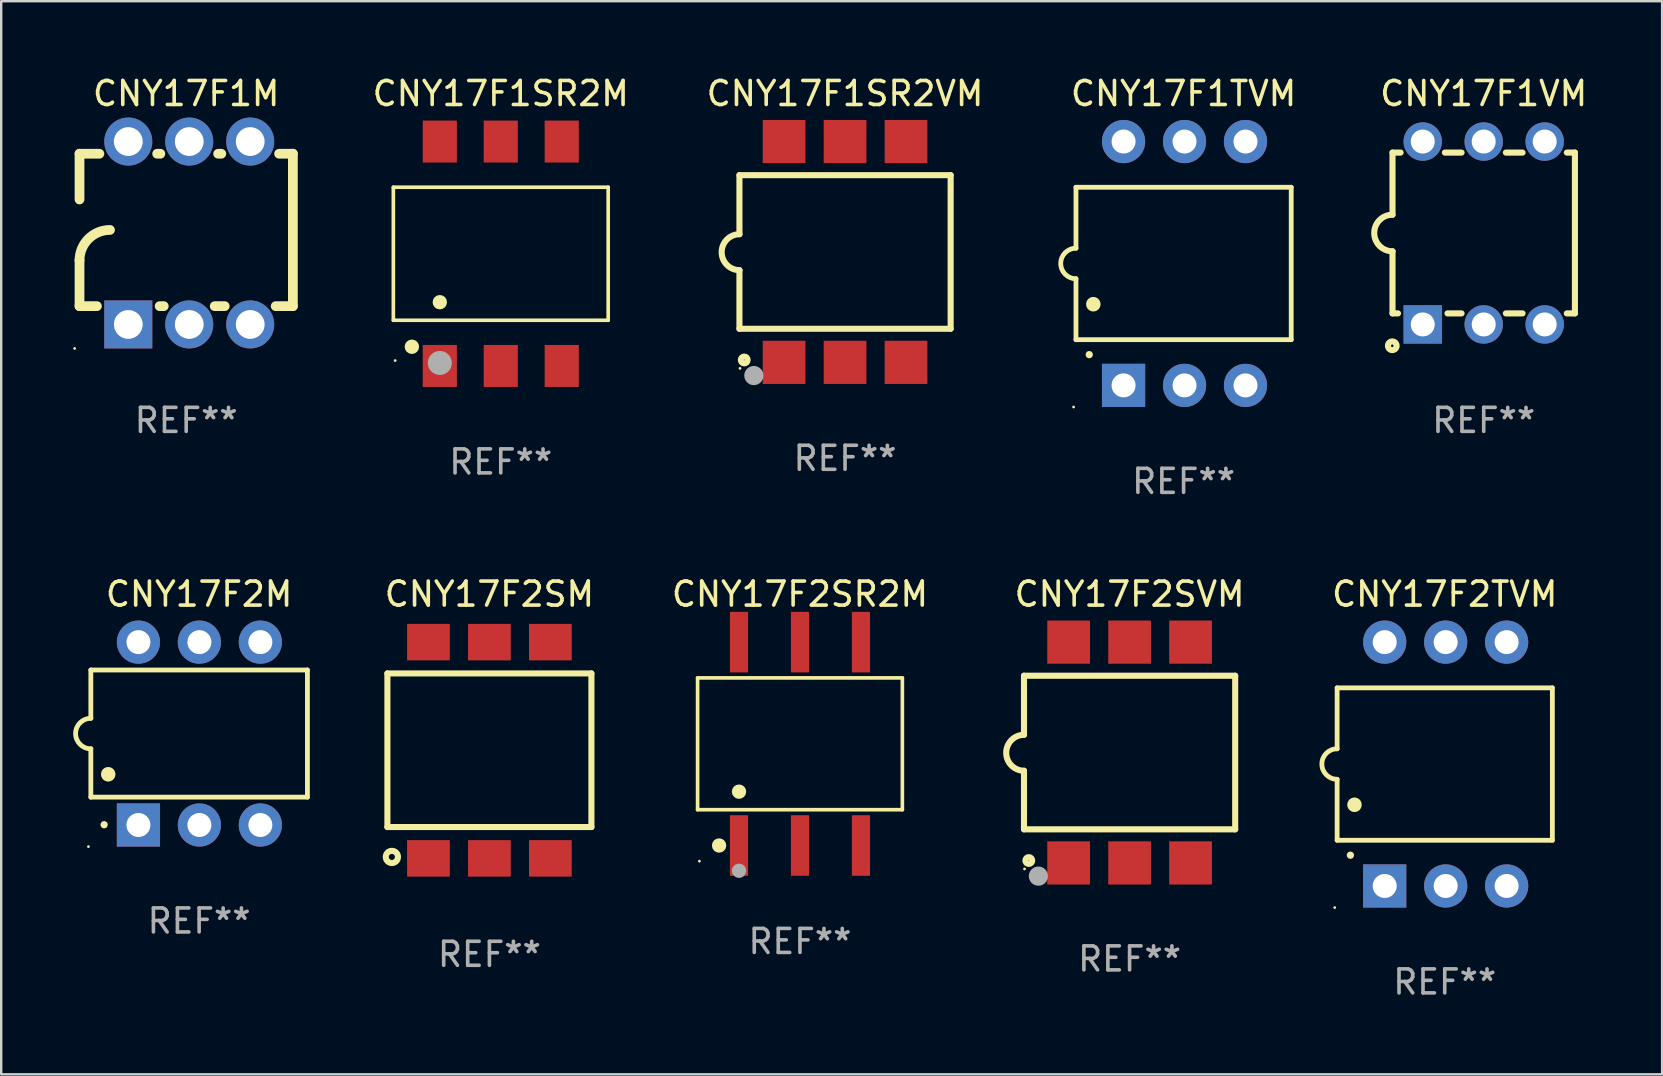
<source format=kicad_pcb>
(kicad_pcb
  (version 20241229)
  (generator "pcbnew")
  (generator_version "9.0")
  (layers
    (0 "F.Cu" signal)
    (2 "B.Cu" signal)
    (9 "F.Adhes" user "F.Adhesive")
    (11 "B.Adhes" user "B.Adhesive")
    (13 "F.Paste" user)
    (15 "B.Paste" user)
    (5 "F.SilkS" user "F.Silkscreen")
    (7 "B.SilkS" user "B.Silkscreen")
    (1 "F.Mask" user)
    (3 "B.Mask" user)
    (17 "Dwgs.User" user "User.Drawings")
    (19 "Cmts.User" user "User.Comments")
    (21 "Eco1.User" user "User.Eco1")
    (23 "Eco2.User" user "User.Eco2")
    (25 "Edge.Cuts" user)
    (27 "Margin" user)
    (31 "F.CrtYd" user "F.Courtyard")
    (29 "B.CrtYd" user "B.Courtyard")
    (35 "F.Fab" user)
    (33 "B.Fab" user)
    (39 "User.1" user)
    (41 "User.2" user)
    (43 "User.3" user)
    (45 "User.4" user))
  (footprint "CNY17F2SM"
    (layer "F.Cu")
    (at 17.342 28.21)
    (property "Reference" "CNY17F2SM" (at 0 -6.505 0) (layer "F.SilkS") (effects (font (size 1 1) (thickness 0.15))))
    (attr through_hole)
    (fp_line (start -4.25 3.2) (end -4.25 -3.2) (stroke (width 0.254) (type solid)) (layer "F.SilkS"))
    (fp_line (start -4.25 -3.2) (end 4.25 -3.2) (stroke (width 0.254) (type solid)) (layer "F.SilkS"))
    (fp_line (start 4.25 3.2) (end -4.25 3.2) (stroke (width 0.254) (type solid)) (layer "F.SilkS"))
    (fp_line (start 4.25 3.2) (end 4.25 -3.2) (stroke (width 0.254) (type solid)) (layer "F.SilkS"))
    (fp_circle (center -4.064 4.445) (end -3.81 4.445) (stroke (width 0.254) (type solid)) (fill no) (layer "F.SilkS"))
    (fp_text user "REF**" (at 0 8.505 0) (layer "F.Fab") (effects (font (size 1 1) (thickness 0.15))))
    (pad "1" smd rect (at -2.54 4.505) (size 1.78 1.52) (layers "F.Cu" "F.Mask" "F.Paste"))
    (pad "2" smd rect (at 0 4.505) (size 1.78 1.52) (layers "F.Cu" "F.Mask" "F.Paste"))
    (pad "3" smd rect (at 2.54 4.505) (size 1.78 1.52) (layers "F.Cu" "F.Mask" "F.Paste"))
    (pad "4" smd rect (at 2.54 -4.505) (size 1.78 1.52) (layers "F.Cu" "F.Mask" "F.Paste"))
    (pad "5" smd rect (at 0 -4.505) (size 1.78 1.52) (layers "F.Cu" "F.Mask" "F.Paste"))
    (pad "6" smd rect (at -2.54 -4.505) (size 1.78 1.52) (layers "F.Cu" "F.Mask" "F.Paste")))
  (footprint "CNY17F2M"
    (layer "F.Cu")
    (at 5.247 27.515)
    (property "Reference" "CNY17F2M" (at 0 -5.81 0) (layer "F.SilkS") (effects (font (size 1 1) (thickness 0.15))))
    (attr through_hole)
    (fp_line (start -4.512 -2.649) (end 4.512 -2.649) (stroke (width 0.2) (type solid)) (layer "F.SilkS"))
    (fp_line (start -4.512 -0.635) (end -4.512 -2.649) (stroke (width 0.2) (type solid)) (layer "F.SilkS"))
    (fp_line (start -4.512 2.649) (end -4.512 0.635) (stroke (width 0.2) (type solid)) (layer "F.SilkS"))
    (fp_line (start 4.512 -2.649) (end 4.512 2.649) (stroke (width 0.2) (type solid)) (layer "F.SilkS"))
    (fp_line (start 4.512 2.649) (end -4.512 2.649) (stroke (width 0.2) (type solid)) (layer "F.SilkS"))
    (fp_arc (start -4.512319 0.635001) (mid -5.14732 0) (end -4.512319 -0.635001) (stroke (width 0.2) (type solid)) (layer "F.SilkS"))
    (fp_arc (start -3.958598 3.799848) (mid -3.958603 3.798578) (end -3.958598 3.797308) (stroke (width 0.3) (type solid)) (layer "F.SilkS"))
    (fp_arc (start -3.788418 1.699263) (mid -3.788429 1.696723) (end -3.788418 1.694183) (stroke (width 0.6) (type solid)) (layer "F.SilkS"))
    (fp_circle (center -4.612 4.71) (end -4.582 4.71) (stroke (width 0.06) (type solid)) (fill no) (layer "F.SilkS"))
    (fp_text user "REF**" (at 0 7.81 0) (layer "F.Fab") (effects (font (size 1 1) (thickness 0.15))))
    (pad "1" thru_hole rect (at -2.529 3.81 90) (size 1.8 1.8) (drill 1) (layers "*.Cu" "*.Mask"))
    (pad "2" thru_hole circle (at 0.011 3.81) (size 1.8 1.8) (drill 1) (layers "*.Cu" "*.Mask"))
    (pad "3" thru_hole circle (at 2.551 3.81) (size 1.8 1.8) (drill 1) (layers "*.Cu" "*.Mask"))
    (pad "4" thru_hole circle (at 2.551 -3.81) (size 1.8 1.8) (drill 1) (layers "*.Cu" "*.Mask"))
    (pad "5" thru_hole circle (at 0.011 -3.81) (size 1.8 1.8) (drill 1) (layers "*.Cu" "*.Mask"))
    (pad "6" thru_hole circle (at -2.529 -3.81) (size 1.8 1.8) (drill 1) (layers "*.Cu" "*.Mask")))
  (footprint "CNY17F1M"
    (layer "F.Cu")
    (at 4.708 6.658)
    (property "Reference" "CNY17F1M" (at 0 -5.81 0) (layer "F.SilkS") (effects (font (size 1 1) (thickness 0.15))))
    (attr through_hole)
    (fp_line (start -4.445 -1.397) (end -4.445 -3.302) (stroke (width 0.406) (type solid)) (layer "F.SilkS"))
    (fp_line (start -4.445 3.048) (end -4.445 1.143) (stroke (width 0.406) (type solid)) (layer "F.SilkS"))
    (fp_line (start -4.445 3.048) (end -3.72 3.048) (stroke (width 0.406) (type solid)) (layer "F.SilkS"))
    (fp_line (start -3.617 -3.302) (end -4.445 -3.302) (stroke (width 0.406) (type solid)) (layer "F.SilkS"))
    (fp_line (start -1.106 3.048) (end -0.935 3.048) (stroke (width 0.406) (type solid)) (layer "F.SilkS"))
    (fp_line (start -1.077 -3.302) (end -1.209 -3.302) (stroke (width 0.406) (type solid)) (layer "F.SilkS"))
    (fp_line (start 1.189 3.048) (end 1.605 3.048) (stroke (width 0.406) (type solid)) (layer "F.SilkS"))
    (fp_line (start 1.463 -3.302) (end 1.331 -3.302) (stroke (width 0.406) (type solid)) (layer "F.SilkS"))
    (fp_line (start 3.729 3.048) (end 4.445 3.048) (stroke (width 0.406) (type solid)) (layer "F.SilkS"))
    (fp_line (start 4.445 -3.302) (end 3.871 -3.302) (stroke (width 0.406) (type solid)) (layer "F.SilkS"))
    (fp_line (start 4.445 -3.302) (end 4.445 3.048) (stroke (width 0.406) (type solid)) (layer "F.SilkS"))
    (fp_arc (start -4.444983 1.143002) (mid -4.073008 0.244974) (end -3.17498 -0.127) (stroke (width 0.4064) (type solid)) (layer "F.SilkS"))
    (fp_circle (center -4.648 4.81) (end -4.618 4.81) (stroke (width 0.06) (type solid)) (fill no) (layer "F.SilkS"))
    (fp_text user "REF**" (at 0 7.81 0) (layer "F.Fab") (effects (font (size 1 1) (thickness 0.15))))
    (pad "1" thru_hole rect (at -2.413 3.81 90) (size 2 2) (drill 1.2) (layers "*.Cu" "*.Mask"))
    (pad "2" thru_hole circle (at 0.127 3.81) (size 2 2) (drill 1.2) (layers "*.Cu" "*.Mask"))
    (pad "3" thru_hole circle (at 2.667 3.81) (size 2 2) (drill 1.2) (layers "*.Cu" "*.Mask"))
    (pad "4" thru_hole circle (at 2.667 -3.81) (size 2 2) (drill 1.2) (layers "*.Cu" "*.Mask"))
    (pad "5" thru_hole circle (at 0.127 -3.81) (size 2 2) (drill 1.2) (layers "*.Cu" "*.Mask"))
    (pad "6" thru_hole circle (at -2.413 -3.81) (size 2 2) (drill 1.2) (layers "*.Cu" "*.Mask")))
  (footprint "CNY17F1VM"
    (layer "F.Cu")
    (at 58.771 6.658)
    (property "Reference" "CNY17F1VM" (at 0 -5.81 0) (layer "F.SilkS") (effects (font (size 1 1) (thickness 0.15))))
    (attr through_hole)
    (fp_line (start -3.8 3.35) (end -3.8 0.762) (stroke (width 0.254) (type solid)) (layer "F.SilkS"))
    (fp_line (start -3.8 3.35) (end -3.571 3.35) (stroke (width 0.254) (type solid)) (layer "F.SilkS"))
    (fp_line (start -3.8 -3.35) (end -3.8 -0.762) (stroke (width 0.254) (type solid)) (layer "F.SilkS"))
    (fp_line (start -3.8 -3.35) (end -3.463 -3.35) (stroke (width 0.254) (type solid)) (layer "F.SilkS"))
    (fp_line (start -1.617 -3.35) (end -0.923 -3.35) (stroke (width 0.254) (type solid)) (layer "F.SilkS"))
    (fp_line (start -1.509 3.35) (end -0.923 3.35) (stroke (width 0.254) (type solid)) (layer "F.SilkS"))
    (fp_line (start 0.923 -3.35) (end 1.617 -3.35) (stroke (width 0.254) (type solid)) (layer "F.SilkS"))
    (fp_line (start 0.923 3.35) (end 1.617 3.35) (stroke (width 0.254) (type solid)) (layer "F.SilkS"))
    (fp_line (start 3.463 -3.35) (end 3.8 -3.35) (stroke (width 0.254) (type solid)) (layer "F.SilkS"))
    (fp_line (start 3.463 3.35) (end 3.8 3.35) (stroke (width 0.254) (type solid)) (layer "F.SilkS"))
    (fp_line (start 3.8 -3.35) (end 3.8 3.35) (stroke (width 0.254) (type solid)) (layer "F.SilkS"))
    (fp_arc (start -3.800013 0.762002) (mid -4.561837 -0.000089) (end -3.799835 -0.762002) (stroke (width 0.254001) (type solid)) (layer "F.SilkS"))
    (fp_circle (center -3.81 4.699) (end -3.63 4.699) (stroke (width 0.254) (type solid)) (fill no) (layer "F.SilkS"))
    (fp_text user "REF**" (at 0 7.81 0) (layer "F.Fab") (effects (font (size 1 1) (thickness 0.15))))
    (pad "1" thru_hole rect (at -2.54 3.81) (size 1.6 1.6) (drill 1) (layers "*.Cu" "*.Mask"))
    (pad "2" thru_hole circle (at 0.000013 3.81) (size 1.6 1.6) (drill 1) (layers "*.Cu" "*.Mask"))
    (pad "3" thru_hole circle (at 2.54 3.81) (size 1.6 1.6) (drill 1) (layers "*.Cu" "*.Mask"))
    (pad "4" thru_hole circle (at 2.54 -3.81) (size 1.6 1.6) (drill 1) (layers "*.Cu" "*.Mask"))
    (pad "5" thru_hole circle (at 0.000013 -3.81) (size 1.6 1.6) (drill 1) (layers "*.Cu" "*.Mask"))
    (pad "6" thru_hole circle (at -2.54 -3.81) (size 1.6 1.6) (drill 1) (layers "*.Cu" "*.Mask")))
  (footprint "CNY17F1TVM"
    (layer "F.Cu")
    (at 46.266 7.928)
    (property "Reference" "CNY17F1TVM" (at 0 -7.08 0) (layer "F.SilkS") (effects (font (size 1 1) (thickness 0.15))))
    (attr through_hole)
    (fp_line (start -4.484 -3.175) (end 4.484 -3.175) (stroke (width 0.2) (type solid)) (layer "F.SilkS"))
    (fp_line (start -4.484 -0.635) (end -4.484 -3.175) (stroke (width 0.2) (type solid)) (layer "F.SilkS"))
    (fp_line (start -4.484 0.635) (end -4.484 3.175) (stroke (width 0.2) (type solid)) (layer "F.SilkS"))
    (fp_line (start -4.484 3.175) (end 4.484 3.175) (stroke (width 0.2) (type solid)) (layer "F.SilkS"))
    (fp_line (start 4.484 -3.175) (end 4.484 3.175) (stroke (width 0.2) (type solid)) (layer "F.SilkS"))
    (fp_arc (start -4.484379 0.635001) (mid -5.11938 0) (end -4.484379 -0.635001) (stroke (width 0.2) (type solid)) (layer "F.SilkS"))
    (fp_arc (start -3.930658 3.799848) (mid -3.930663 3.798578) (end -3.930658 3.797308) (stroke (width 0.3) (type solid)) (layer "F.SilkS"))
    (fp_arc (start -3.760478 1.699263) (mid -3.760489 1.696723) (end -3.760478 1.694183) (stroke (width 0.6) (type solid)) (layer "F.SilkS"))
    (fp_circle (center -4.584 5.98) (end -4.554 5.98) (stroke (width 0.06) (type solid)) (fill no) (layer "F.SilkS"))
    (fp_text user "REF**" (at 0 9.08 0) (layer "F.Fab") (effects (font (size 1 1) (thickness 0.15))))
    (pad "1" thru_hole rect (at -2.501 5.08 90) (size 1.8 1.8) (drill 1) (layers "*.Cu" "*.Mask"))
    (pad "2" thru_hole circle (at 0.039 5.08) (size 1.8 1.8) (drill 1) (layers "*.Cu" "*.Mask"))
    (pad "3" thru_hole circle (at 2.579 5.08) (size 1.8 1.8) (drill 1) (layers "*.Cu" "*.Mask"))
    (pad "4" thru_hole circle (at 2.579 -5.08) (size 1.8 1.8) (drill 1) (layers "*.Cu" "*.Mask"))
    (pad "5" thru_hole circle (at 0.039 -5.08) (size 1.8 1.8) (drill 1) (layers "*.Cu" "*.Mask"))
    (pad "6" thru_hole circle (at -2.501 -5.08) (size 1.8 1.8) (drill 1) (layers "*.Cu" "*.Mask")))
  (footprint "CNY17F2SVM"
    (layer "F.Cu")
    (at 44.016 28.305)
    (property "Reference" "CNY17F2SVM" (at 0 -6.6 0) (layer "F.SilkS") (effects (font (size 1 1) (thickness 0.15))))
    (attr through_hole)
    (fp_line (start -4.4 -3.2) (end 4.4 -3.2) (stroke (width 0.254) (type solid)) (layer "F.SilkS"))
    (fp_line (start -4.4 -0.74) (end -4.4 -3.2) (stroke (width 0.254) (type solid)) (layer "F.SilkS"))
    (fp_line (start -4.4 3.2) (end -4.4 0.76) (stroke (width 0.254) (type solid)) (layer "F.SilkS"))
    (fp_line (start 4.4 -3.2) (end 4.4 3.2) (stroke (width 0.254) (type solid)) (layer "F.SilkS"))
    (fp_line (start 4.4 3.2) (end -4.4 3.2) (stroke (width 0.254) (type solid)) (layer "F.SilkS"))
    (fp_arc (start -4.4 0.76002) (mid -5.148869 0.010084) (end -4.399289 -0.73914) (stroke (width 0.254001) (type solid)) (layer "F.SilkS"))
    (fp_circle (center -4.377 4.85) (end -4.347 4.85) (stroke (width 0.06) (type solid)) (fill no) (layer "F.SilkS"))
    (fp_circle (center -4.2 4.5) (end -4.058 4.5) (stroke (width 0.254) (type solid)) (fill no) (layer "F.SilkS"))
    (fp_circle (center -3.8 5.15) (end -3.6 5.15) (stroke (width 0.4) (type solid)) (fill no) (layer "F.Fab"))
    (fp_text user "REF**" (at 0 8.6 0) (layer "F.Fab") (effects (font (size 1 1) (thickness 0.15))))
    (pad "1" smd rect (at -2.54 4.6) (size 1.78 1.8) (layers "F.Cu" "F.Mask" "F.Paste"))
    (pad "2" smd rect (at 0 4.6) (size 1.78 1.8) (layers "F.Cu" "F.Mask" "F.Paste"))
    (pad "3" smd rect (at 2.54 4.6) (size 1.78 1.8) (layers "F.Cu" "F.Mask" "F.Paste"))
    (pad "4" smd rect (at 2.54 -4.6) (size 1.78 1.8) (layers "F.Cu" "F.Mask" "F.Paste"))
    (pad "5" smd rect (at 0 -4.6) (size 1.78 1.8) (layers "F.Cu" "F.Mask" "F.Paste"))
    (pad "6" smd rect (at -2.54 -4.6) (size 1.78 1.8) (layers "F.Cu" "F.Mask" "F.Paste")))
  (footprint "CNY17F1SR2M"
    (layer "F.Cu")
    (at 17.815 7.523)
    (property "Reference" "CNY17F1SR2M" (at 0 -6.675 0) (layer "F.SilkS") (effects (font (size 1 1) (thickness 0.15))))
    (attr through_hole)
    (fp_line (start -4.476 -2.771) (end 4.476 -2.771) (stroke (width 0.152) (type solid)) (layer "F.SilkS"))
    (fp_line (start -4.476 2.771) (end -4.476 -2.771) (stroke (width 0.152) (type solid)) (layer "F.SilkS"))
    (fp_line (start 4.476 -2.771) (end 4.476 2.771) (stroke (width 0.152) (type solid)) (layer "F.SilkS"))
    (fp_line (start 4.476 2.771) (end -4.476 2.771) (stroke (width 0.152) (type solid)) (layer "F.SilkS"))
    (fp_circle (center -4.4 4.45) (end -4.37 4.45) (stroke (width 0.06) (type solid)) (fill no) (layer "F.SilkS"))
    (fp_circle (center -3.704 3.875) (end -3.553 3.875) (stroke (width 0.3) (type solid)) (fill no) (layer "F.SilkS"))
    (fp_circle (center -2.54 2.019) (end -2.39 2.019) (stroke (width 0.3) (type solid)) (fill no) (layer "F.SilkS"))
    (fp_circle (center -2.54 4.55) (end -2.29 4.55) (stroke (width 0.5) (type solid)) (fill no) (layer "F.Fab"))
    (fp_text user "REF**" (at 0 8.675 0) (layer "F.Fab") (effects (font (size 1 1) (thickness 0.15))))
    (pad "1" smd rect (at -2.54 4.675) (size 1.422 1.75) (layers "F.Cu" "F.Mask" "F.Paste"))
    (pad "2" smd rect (at 0 4.675) (size 1.422 1.75) (layers "F.Cu" "F.Mask" "F.Paste"))
    (pad "3" smd rect (at 2.54 4.675) (size 1.422 1.75) (layers "F.Cu" "F.Mask" "F.Paste"))
    (pad "4" smd rect (at 2.54 -4.675) (size 1.422 1.75) (layers "F.Cu" "F.Mask" "F.Paste"))
    (pad "5" smd rect (at 0 -4.675) (size 1.422 1.75) (layers "F.Cu" "F.Mask" "F.Paste"))
    (pad "6" smd rect (at -2.54 -4.675) (size 1.422 1.75) (layers "F.Cu" "F.Mask" "F.Paste")))
  (footprint "CNY17F1SR2VM"
    (layer "F.Cu")
    (at 32.16 7.448)
    (property "Reference" "CNY17F1SR2VM" (at 0 -6.6 0) (layer "F.SilkS") (effects (font (size 1 1) (thickness 0.15))))
    (attr through_hole)
    (fp_line (start -4.4 -3.2) (end 4.4 -3.2) (stroke (width 0.254) (type solid)) (layer "F.SilkS"))
    (fp_line (start -4.4 -0.74) (end -4.4 -3.2) (stroke (width 0.254) (type solid)) (layer "F.SilkS"))
    (fp_line (start -4.4 3.2) (end -4.4 0.76) (stroke (width 0.254) (type solid)) (layer "F.SilkS"))
    (fp_line (start 4.4 -3.2) (end 4.4 3.2) (stroke (width 0.254) (type solid)) (layer "F.SilkS"))
    (fp_line (start 4.4 3.2) (end -4.4 3.2) (stroke (width 0.254) (type solid)) (layer "F.SilkS"))
    (fp_arc (start -4.4 0.76002) (mid -5.148869 0.010084) (end -4.399289 -0.73914) (stroke (width 0.254001) (type solid)) (layer "F.SilkS"))
    (fp_circle (center -4.377 4.85) (end -4.347 4.85) (stroke (width 0.06) (type solid)) (fill no) (layer "F.SilkS"))
    (fp_circle (center -4.2 4.5) (end -4.058 4.5) (stroke (width 0.254) (type solid)) (fill no) (layer "F.SilkS"))
    (fp_circle (center -3.8 5.15) (end -3.6 5.15) (stroke (width 0.4) (type solid)) (fill no) (layer "F.Fab"))
    (fp_text user "REF**" (at 0 8.6 0) (layer "F.Fab") (effects (font (size 1 1) (thickness 0.15))))
    (pad "1" smd rect (at -2.54 4.6) (size 1.78 1.8) (layers "F.Cu" "F.Mask" "F.Paste"))
    (pad "2" smd rect (at 0 4.6) (size 1.78 1.8) (layers "F.Cu" "F.Mask" "F.Paste"))
    (pad "3" smd rect (at 2.54 4.6) (size 1.78 1.8) (layers "F.Cu" "F.Mask" "F.Paste"))
    (pad "4" smd rect (at 2.54 -4.6) (size 1.78 1.8) (layers "F.Cu" "F.Mask" "F.Paste"))
    (pad "5" smd rect (at 0 -4.6) (size 1.78 1.8) (layers "F.Cu" "F.Mask" "F.Paste"))
    (pad "6" smd rect (at -2.54 -4.6) (size 1.78 1.8) (layers "F.Cu" "F.Mask" "F.Paste")))
  (footprint "CNY17F2SR2M"
    (layer "F.Cu")
    (at 30.282 27.942)
    (property "Reference" "CNY17F2SR2M" (at 0 -6.237 0) (layer "F.SilkS") (effects (font (size 1 1) (thickness 0.15))))
    (attr through_hole)
    (fp_line (start -4.266 -2.746) (end 4.266 -2.746) (stroke (width 0.152) (type solid)) (layer "F.SilkS"))
    (fp_line (start -4.266 2.746) (end -4.266 -2.746) (stroke (width 0.152) (type solid)) (layer "F.SilkS"))
    (fp_line (start 4.266 -2.746) (end 4.266 2.746) (stroke (width 0.152) (type solid)) (layer "F.SilkS"))
    (fp_line (start 4.266 2.746) (end -4.266 2.746) (stroke (width 0.152) (type solid)) (layer "F.SilkS"))
    (fp_circle (center -4.19 4.89) (end -4.16 4.89) (stroke (width 0.06) (type solid)) (fill no) (layer "F.SilkS"))
    (fp_circle (center -3.37 4.237) (end -3.22 4.237) (stroke (width 0.3) (type solid)) (fill no) (layer "F.SilkS"))
    (fp_circle (center -2.54 1.994) (end -2.39 1.994) (stroke (width 0.3) (type solid)) (fill no) (layer "F.SilkS"))
    (fp_circle (center -2.54 5.29) (end -2.39 5.29) (stroke (width 0.3) (type solid)) (fill no) (layer "F.Fab"))
    (fp_text user "REF**" (at 0 8.237 0) (layer "F.Fab") (effects (font (size 1 1) (thickness 0.15))))
    (pad "1" smd rect (at -2.54 4.237) (size 0.756 2.524) (layers "F.Cu" "F.Mask" "F.Paste"))
    (pad "2" smd rect (at 0 4.237) (size 0.756 2.524) (layers "F.Cu" "F.Mask" "F.Paste"))
    (pad "3" smd rect (at 2.54 4.237) (size 0.756 2.524) (layers "F.Cu" "F.Mask" "F.Paste"))
    (pad "4" smd rect (at 2.54 -4.237) (size 0.756 2.524) (layers "F.Cu" "F.Mask" "F.Paste"))
    (pad "5" smd rect (at 0 -4.237) (size 0.756 2.524) (layers "F.Cu" "F.Mask" "F.Paste"))
    (pad "6" smd rect (at -2.54 -4.237) (size 0.756 2.524) (layers "F.Cu" "F.Mask" "F.Paste")))
  (footprint "CNY17F2TVM"
    (layer "F.Cu")
    (at 57.147 28.785)
    (property "Reference" "CNY17F2TVM" (at 0 -7.08 0) (layer "F.SilkS") (effects (font (size 1 1) (thickness 0.15))))
    (attr through_hole)
    (fp_line (start -4.484 -3.175) (end 4.484 -3.175) (stroke (width 0.2) (type solid)) (layer "F.SilkS"))
    (fp_line (start -4.484 -0.635) (end -4.484 -3.175) (stroke (width 0.2) (type solid)) (layer "F.SilkS"))
    (fp_line (start -4.484 0.635) (end -4.484 3.175) (stroke (width 0.2) (type solid)) (layer "F.SilkS"))
    (fp_line (start -4.484 3.175) (end 4.484 3.175) (stroke (width 0.2) (type solid)) (layer "F.SilkS"))
    (fp_line (start 4.484 -3.175) (end 4.484 3.175) (stroke (width 0.2) (type solid)) (layer "F.SilkS"))
    (fp_arc (start -4.484379 0.635001) (mid -5.11938 0) (end -4.484379 -0.635001) (stroke (width 0.2) (type solid)) (layer "F.SilkS"))
    (fp_arc (start -3.930658 3.799848) (mid -3.930663 3.798578) (end -3.930658 3.797308) (stroke (width 0.3) (type solid)) (layer "F.SilkS"))
    (fp_arc (start -3.760478 1.699263) (mid -3.760489 1.696723) (end -3.760478 1.694183) (stroke (width 0.6) (type solid)) (layer "F.SilkS"))
    (fp_circle (center -4.584 5.98) (end -4.554 5.98) (stroke (width 0.06) (type solid)) (fill no) (layer "F.SilkS"))
    (fp_text user "REF**" (at 0 9.08 0) (layer "F.Fab") (effects (font (size 1 1) (thickness 0.15))))
    (pad "1" thru_hole rect (at -2.501 5.08 90) (size 1.8 1.8) (drill 1) (layers "*.Cu" "*.Mask"))
    (pad "2" thru_hole circle (at 0.039 5.08) (size 1.8 1.8) (drill 1) (layers "*.Cu" "*.Mask"))
    (pad "3" thru_hole circle (at 2.579 5.08) (size 1.8 1.8) (drill 1) (layers "*.Cu" "*.Mask"))
    (pad "4" thru_hole circle (at 2.579 -5.08) (size 1.8 1.8) (drill 1) (layers "*.Cu" "*.Mask"))
    (pad "5" thru_hole circle (at 0.039 -5.08) (size 1.8 1.8) (drill 1) (layers "*.Cu" "*.Mask"))
    (pad "6" thru_hole circle (at -2.501 -5.08) (size 1.8 1.8) (drill 1) (layers "*.Cu" "*.Mask")))
  (gr_rect
    (start -3 -3)
    (end 66.205 41.713)
    (stroke (width 0.1) (type default))
    (fill no)
    (layer "Edge.Cuts")))
</source>
